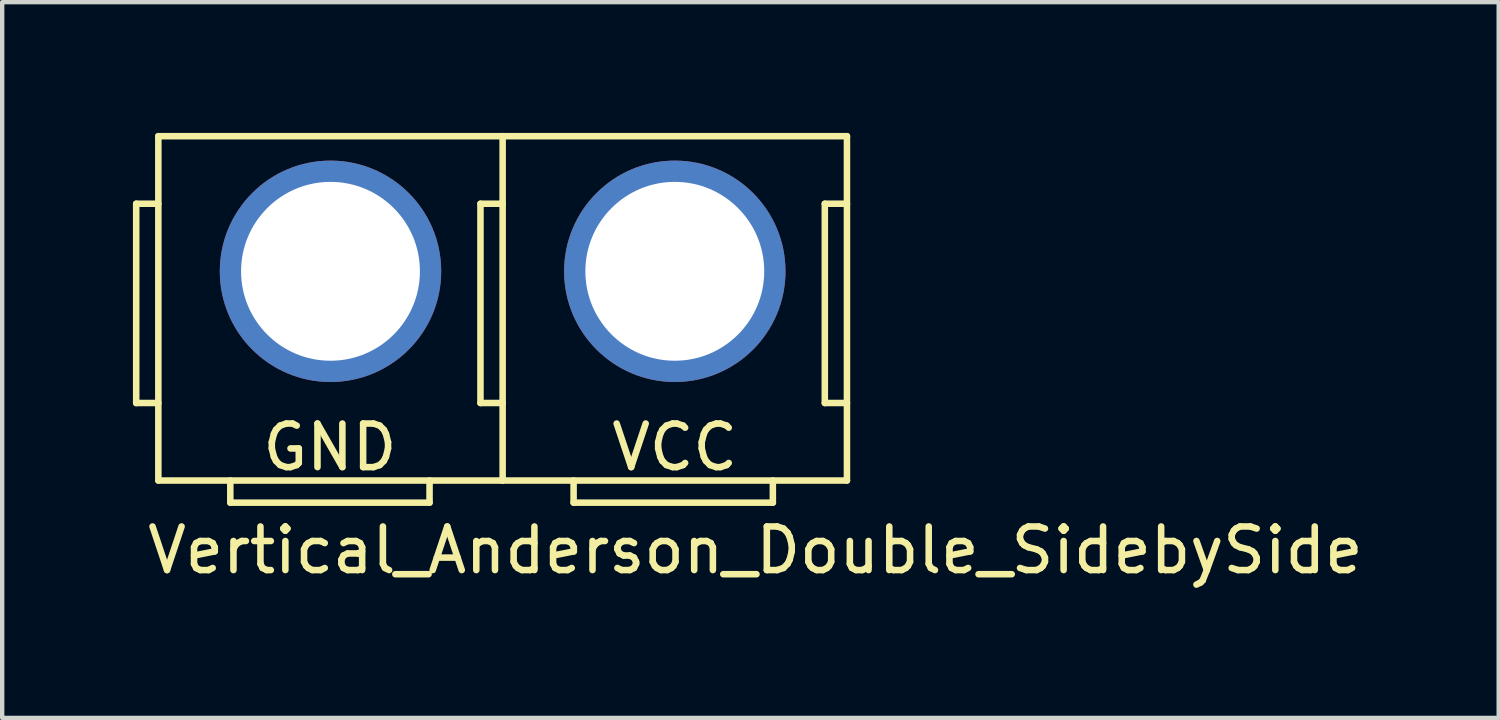
<source format=kicad_pcb>
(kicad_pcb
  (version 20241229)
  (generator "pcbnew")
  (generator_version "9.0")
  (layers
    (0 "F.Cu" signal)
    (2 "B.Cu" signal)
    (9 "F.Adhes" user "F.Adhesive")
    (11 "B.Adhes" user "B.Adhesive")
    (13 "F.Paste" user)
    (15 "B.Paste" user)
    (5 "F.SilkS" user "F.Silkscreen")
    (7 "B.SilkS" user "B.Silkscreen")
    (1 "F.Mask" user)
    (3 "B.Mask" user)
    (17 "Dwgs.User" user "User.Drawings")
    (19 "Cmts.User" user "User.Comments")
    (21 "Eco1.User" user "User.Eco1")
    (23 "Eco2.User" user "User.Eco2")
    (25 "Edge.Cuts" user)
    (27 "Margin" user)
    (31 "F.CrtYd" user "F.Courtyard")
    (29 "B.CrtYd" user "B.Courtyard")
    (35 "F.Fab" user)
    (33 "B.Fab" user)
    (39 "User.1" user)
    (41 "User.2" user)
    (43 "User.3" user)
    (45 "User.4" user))
  (footprint "Vertical_Anderson_Double_SidebySide"
    (layer "F.Cu")
    (at 0.583 7.975)
    (property "Reference" "Vertical_Anderson_Double_SidebySide" (at 13.7 1.6 0) (layer "F.SilkS") (effects (font (size 1 1) (thickness 0.15))))
    (attr through_hole)
    (fp_line (start -0.508 -6.35) (end -0.508 -1.778) (stroke (width 0.15) (type solid)) (layer "F.SilkS"))
    (fp_line (start -0.508 -1.778) (end 0 -1.778) (stroke (width 0.15) (type solid)) (layer "F.SilkS"))
    (fp_line (start 0 -6.35) (end -0.508 -6.35) (stroke (width 0.15) (type solid)) (layer "F.SilkS"))
    (fp_line (start 0 0) (end 0 -7.9) (stroke (width 0.15) (type solid)) (layer "F.SilkS"))
    (fp_line (start 1.651 0) (end 1.651 0.508) (stroke (width 0.15) (type solid)) (layer "F.SilkS"))
    (fp_line (start 1.651 0.508) (end 6.223 0.508) (stroke (width 0.15) (type solid)) (layer "F.SilkS"))
    (fp_line (start 6.223 0.508) (end 6.223 0) (stroke (width 0.15) (type solid)) (layer "F.SilkS"))
    (fp_line (start 7.391 -6.35) (end 7.391 -1.778) (stroke (width 0.15) (type solid)) (layer "F.SilkS"))
    (fp_line (start 7.391 -1.778) (end 7.899 -1.778) (stroke (width 0.15) (type solid)) (layer "F.SilkS"))
    (fp_line (start 7.899 -6.35) (end 7.391 -6.35) (stroke (width 0.15) (type solid)) (layer "F.SilkS"))
    (fp_line (start 7.9 -7.9) (end 0 -7.9) (stroke (width 0.15) (type solid)) (layer "F.SilkS"))
    (fp_line (start 7.9 0) (end 0 0) (stroke (width 0.15) (type solid)) (layer "F.SilkS"))
    (fp_line (start 7.9 0) (end 7.9 -7.9) (stroke (width 0.15) (type solid)) (layer "F.SilkS"))
    (fp_line (start 9.528 0) (end 9.528 0.508) (stroke (width 0.15) (type solid)) (layer "F.SilkS"))
    (fp_line (start 9.528 0.508) (end 14.1 0.508) (stroke (width 0.15) (type solid)) (layer "F.SilkS"))
    (fp_line (start 14.1 0.508) (end 14.1 0) (stroke (width 0.15) (type solid)) (layer "F.SilkS"))
    (fp_line (start 15.292 -6.35) (end 15.292 -1.778) (stroke (width 0.15) (type solid)) (layer "F.SilkS"))
    (fp_line (start 15.292 -1.778) (end 15.8 -1.778) (stroke (width 0.15) (type solid)) (layer "F.SilkS"))
    (fp_line (start 15.8 -7.9) (end 7.9 -7.9) (stroke (width 0.15) (type solid)) (layer "F.SilkS"))
    (fp_line (start 15.8 -6.35) (end 15.292 -6.35) (stroke (width 0.15) (type solid)) (layer "F.SilkS"))
    (fp_line (start 15.8 0) (end 7.9 0) (stroke (width 0.15) (type solid)) (layer "F.SilkS"))
    (fp_line (start 15.8 0) (end 15.8 -7.9) (stroke (width 0.15) (type solid)) (layer "F.SilkS"))
    (fp_text user "GND" (at 3.937 -0.762 0) (layer "F.SilkS") (effects (font (size 1 1) (thickness 0.15))))
    (fp_text user "VCC" (at 11.849 -0.762 0) (layer "F.SilkS") (effects (font (size 1 1) (thickness 0.15))))
    (pad "1" thru_hole circle (at 3.95 -4.8 270) (size 5.08 5.08) (drill 4.104) (layers "*.Cu" "*.Mask"))
    (pad "2" thru_hole circle (at 11.85 -4.8 270) (size 5.08 5.08) (drill 4.104) (layers "*.Cu" "*.Mask")))
  (gr_rect
    (start -3 -3)
    (end 31.337 13.423)
    (stroke (width 0.1) (type default))
    (fill no)
    (layer "Edge.Cuts")))
</source>
